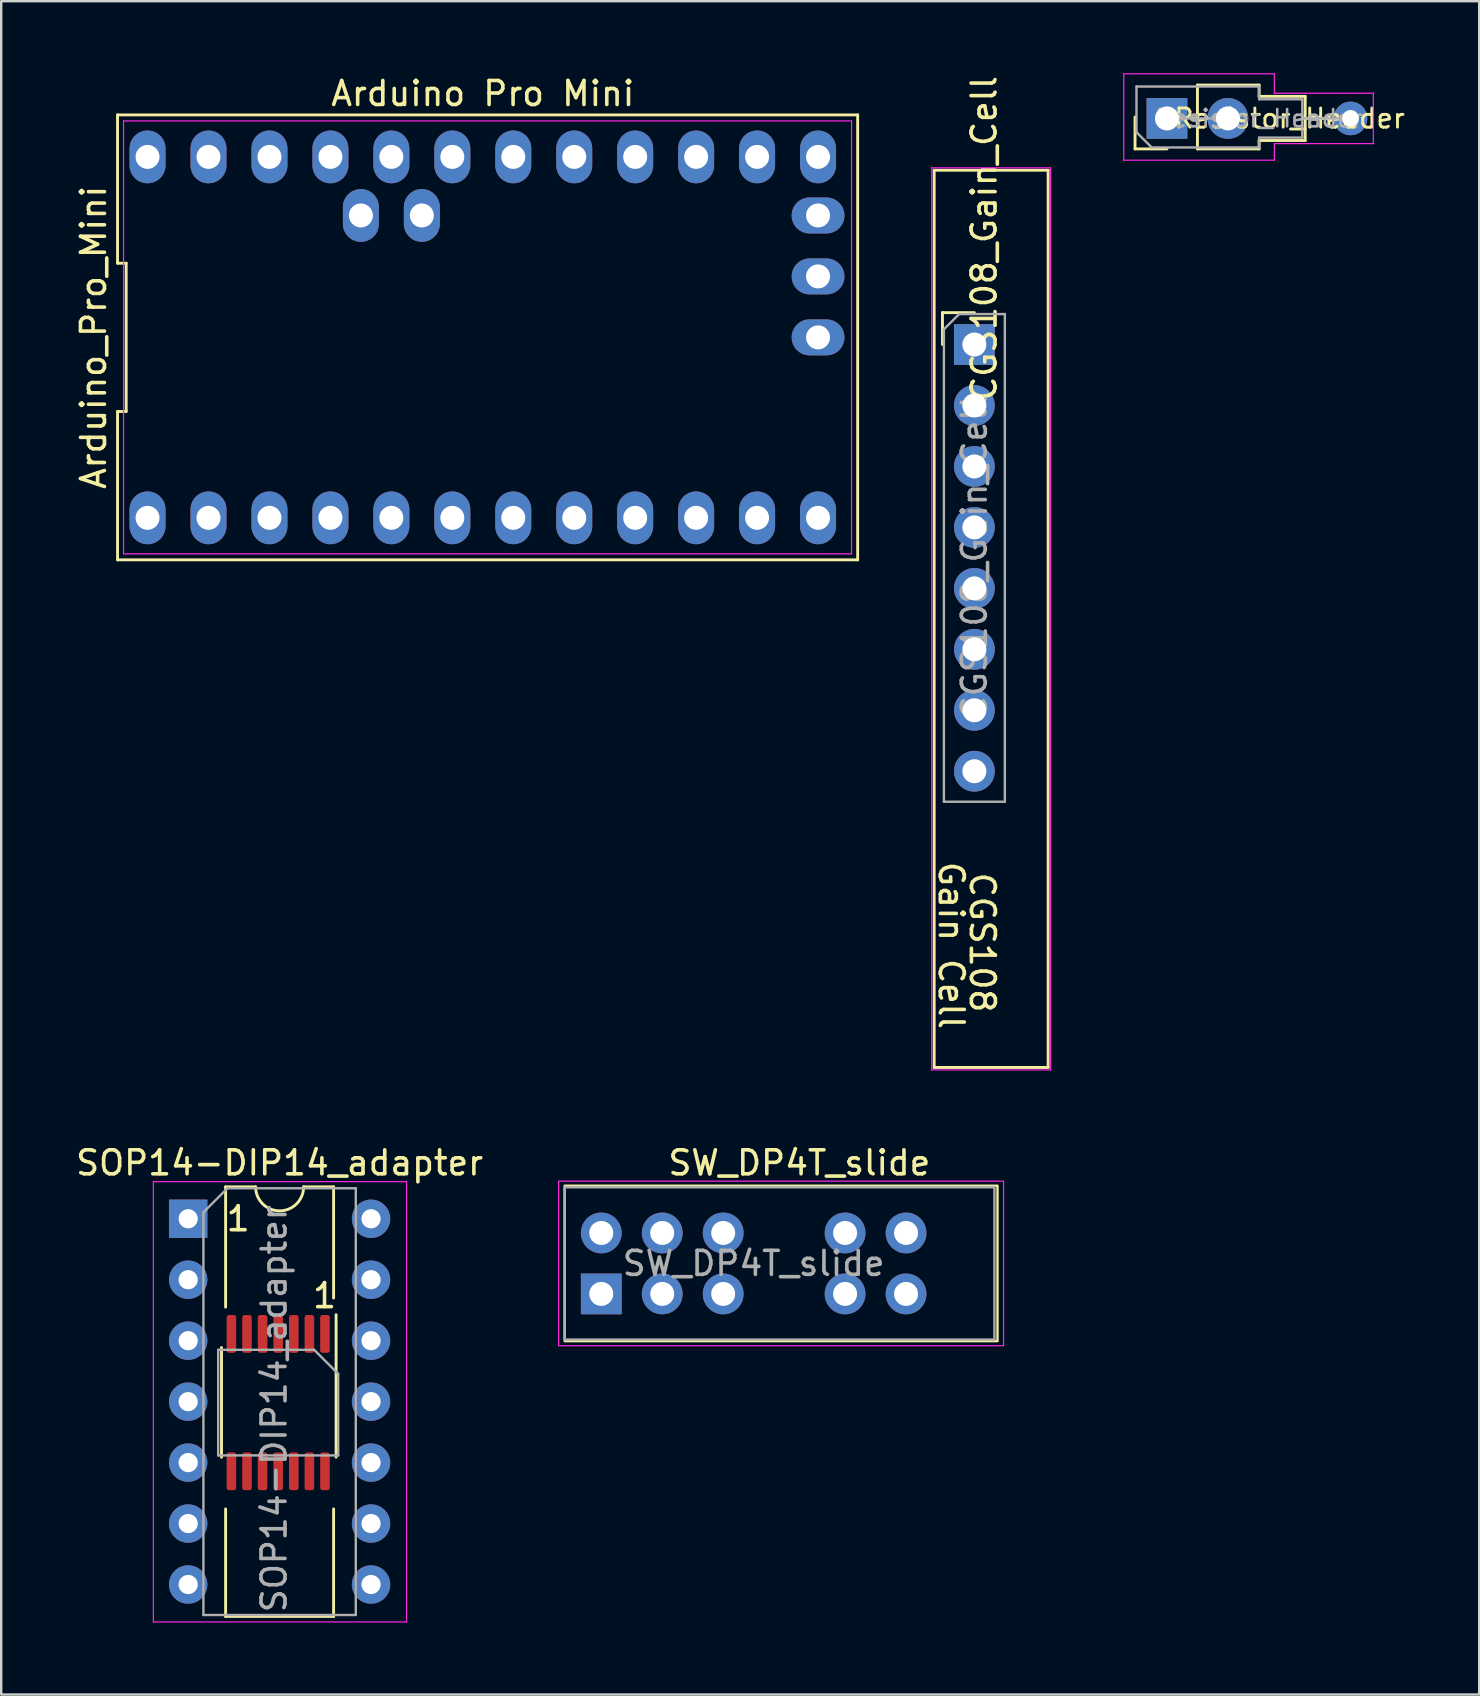
<source format=kicad_pcb>
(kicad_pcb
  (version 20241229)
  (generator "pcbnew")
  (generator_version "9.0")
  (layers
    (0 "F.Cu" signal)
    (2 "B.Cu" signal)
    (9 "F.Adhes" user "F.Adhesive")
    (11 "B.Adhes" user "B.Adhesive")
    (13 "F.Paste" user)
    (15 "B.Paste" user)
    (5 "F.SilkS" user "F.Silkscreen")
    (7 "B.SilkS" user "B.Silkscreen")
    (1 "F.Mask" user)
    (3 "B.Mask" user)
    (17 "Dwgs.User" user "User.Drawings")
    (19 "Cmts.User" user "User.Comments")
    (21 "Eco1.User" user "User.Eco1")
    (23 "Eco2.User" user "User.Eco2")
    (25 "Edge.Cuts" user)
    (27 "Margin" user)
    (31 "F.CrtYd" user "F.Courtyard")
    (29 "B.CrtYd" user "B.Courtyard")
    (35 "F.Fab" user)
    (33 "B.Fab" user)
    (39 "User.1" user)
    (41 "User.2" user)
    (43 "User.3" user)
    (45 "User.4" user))
  (footprint "Resistor_Header"
    (layer "F.Cu")
    (at 45.607 1.885)
    (property "Reference" "Resistor_Header" (at 5.08 0 0) (layer "F.SilkS") (effects (font (size 0.8 0.8) (thickness 0.12))))
    (attr through_hole)
    (fp_line (start -1.36 1.27) (end -1.36 -0.06) (stroke (width 0.12) (type solid)) (layer "F.SilkS"))
    (fp_line (start -0.03 1.27) (end -1.36 1.27) (stroke (width 0.12) (type solid)) (layer "F.SilkS"))
    (fp_line (start 1.24 -1.39) (end 3.81 -1.39) (stroke (width 0.12) (type solid)) (layer "F.SilkS"))
    (fp_line (start 1.24 1.27) (end 1.24 -1.39) (stroke (width 0.12) (type solid)) (layer "F.SilkS"))
    (fp_line (start 1.24 1.27) (end 3.81 1.27) (stroke (width 0.12) (type solid)) (layer "F.SilkS"))
    (fp_line (start 1.245 -0.025) (end 0.991 -0.025) (stroke (width 0.12) (type solid)) (layer "F.SilkS"))
    (fp_line (start 3.81 -0.92) (end 3.81 -1.39) (stroke (width 0.12) (type solid)) (layer "F.SilkS"))
    (fp_line (start 3.81 0.92) (end 5.73 0.92) (stroke (width 0.12) (type solid)) (layer "F.SilkS"))
    (fp_line (start 3.81 1.27) (end 3.81 0.92) (stroke (width 0.12) (type solid)) (layer "F.SilkS"))
    (fp_line (start 5.73 -0.92) (end 3.81 -0.92) (stroke (width 0.12) (type solid)) (layer "F.SilkS"))
    (fp_line (start 5.73 0.92) (end 5.73 -0.92) (stroke (width 0.12) (type solid)) (layer "F.SilkS"))
    (fp_line (start 6.68 0) (end 5.73 0) (stroke (width 0.12) (type solid)) (layer "F.SilkS"))
    (fp_line (start -1.83 -1.86) (end -1.83 1.74) (stroke (width 0.05) (type solid)) (layer "F.CrtYd"))
    (fp_line (start -1.83 1.74) (end 4.445 1.74) (stroke (width 0.05) (type solid)) (layer "F.CrtYd"))
    (fp_line (start 4.445 -1.86) (end -1.83 -1.86) (stroke (width 0.05) (type solid)) (layer "F.CrtYd"))
    (fp_line (start 4.445 -1.05) (end 4.445 -1.86) (stroke (width 0.05) (type solid)) (layer "F.CrtYd"))
    (fp_line (start 4.445 1.05) (end 8.57 1.05) (stroke (width 0.05) (type solid)) (layer "F.CrtYd"))
    (fp_line (start 4.445 1.74) (end 4.445 1.05) (stroke (width 0.05) (type solid)) (layer "F.CrtYd"))
    (fp_line (start 8.57 -1.05) (end 4.445 -1.05) (stroke (width 0.05) (type solid)) (layer "F.CrtYd"))
    (fp_line (start 8.57 1.05) (end 8.57 -1.05) (stroke (width 0.05) (type solid)) (layer "F.CrtYd"))
    (fp_line (start -1.3 -1.33) (end 3.81 -1.33) (stroke (width 0.1) (type solid)) (layer "F.Fab"))
    (fp_line (start -1.3 0.575) (end -1.3 -1.33) (stroke (width 0.1) (type solid)) (layer "F.Fab"))
    (fp_line (start -0.665 1.21) (end -1.3 0.575) (stroke (width 0.1) (type solid)) (layer "F.Fab"))
    (fp_line (start 0 0) (end 2.01 0) (stroke (width 0.1) (type solid)) (layer "F.Fab"))
    (fp_line (start 3.81 -1.33) (end 3.81 -0.8) (stroke (width 0.1) (type solid)) (layer "F.Fab"))
    (fp_line (start 3.81 0.8) (end 3.81 1.21) (stroke (width 0.1) (type solid)) (layer "F.Fab"))
    (fp_line (start 3.81 0.8) (end 5.61 0.8) (stroke (width 0.1) (type solid)) (layer "F.Fab"))
    (fp_line (start 3.81 1.21) (end -0.665 1.21) (stroke (width 0.1) (type solid)) (layer "F.Fab"))
    (fp_line (start 5.61 -0.8) (end 3.81 -0.8) (stroke (width 0.1) (type solid)) (layer "F.Fab"))
    (fp_line (start 5.61 0.8) (end 5.61 -0.8) (stroke (width 0.1) (type solid)) (layer "F.Fab"))
    (fp_line (start 7.62 0) (end 5.61 0) (stroke (width 0.1) (type solid)) (layer "F.Fab"))
    (fp_text user "${REFERENCE}" (at 3.81 0 0) (layer "F.Fab") (effects (font (size 0.72 0.72) (thickness 0.108))))
    (pad "1" thru_hole rect (at -0.03 0 90) (size 1.7 1.7) (drill 1) (layers "*.Cu" "*.Mask"))
    (pad "2" thru_hole oval (at 2.51 0 90) (size 1.7 1.7) (drill 1) (layers "*.Cu" "*.Mask"))
    (pad "2" thru_hole oval (at 7.62 0) (size 1.4 1.4) (drill 0.7) (layers "*.Cu" "*.Mask")))
  (footprint "CGS108_Gain_Cell"
    (layer "F.Cu")
    (at 37.552 11.307)
    (property "Reference" "CGS108_Gain_Cell" (at 0.406 -4.42 90) (layer "F.SilkS") (effects (font (size 1 1) (thickness 0.15))))
    (attr through_hole)
    (fp_line (start -1.676 -7.264) (end -1.676 30.124) (stroke (width 0.12) (type solid)) (layer "F.SilkS"))
    (fp_line (start -1.676 -7.264) (end 3.073 -7.264) (stroke (width 0.12) (type solid)) (layer "F.SilkS"))
    (fp_line (start -1.676 30.124) (end 3.073 30.124) (stroke (width 0.12) (type solid)) (layer "F.SilkS"))
    (fp_line (start -1.33 -1.33) (end 0 -1.33) (stroke (width 0.12) (type solid)) (layer "F.SilkS"))
    (fp_line (start -1.33 0) (end -1.33 -1.33) (stroke (width 0.12) (type solid)) (layer "F.SilkS"))
    (fp_line (start 3.073 -7.264) (end 3.073 30.124) (stroke (width 0.12) (type solid)) (layer "F.SilkS"))
    (fp_line (start -1.778 -7.366) (end -1.778 30.226) (stroke (width 0.05) (type solid)) (layer "F.CrtYd"))
    (fp_line (start -1.778 30.226) (end 3.175 30.226) (stroke (width 0.05) (type solid)) (layer "F.CrtYd"))
    (fp_line (start 3.175 -7.366) (end -1.778 -7.366) (stroke (width 0.05) (type solid)) (layer "F.CrtYd"))
    (fp_line (start 3.175 30.226) (end 3.175 -7.366) (stroke (width 0.05) (type solid)) (layer "F.CrtYd"))
    (fp_line (start -1.27 -0.635) (end -0.635 -1.27) (stroke (width 0.1) (type solid)) (layer "F.Fab"))
    (fp_line (start -1.27 19.05) (end -1.27 -0.635) (stroke (width 0.1) (type solid)) (layer "F.Fab"))
    (fp_line (start -0.635 -1.27) (end 1.27 -1.27) (stroke (width 0.1) (type solid)) (layer "F.Fab"))
    (fp_line (start 1.27 -1.27) (end 1.27 19.05) (stroke (width 0.1) (type solid)) (layer "F.Fab"))
    (fp_line (start 1.27 19.05) (end -1.27 19.05) (stroke (width 0.1) (type solid)) (layer "F.Fab"))
    (fp_text user "CGS108" (at -0.254 24.917 270) (unlocked yes) (layer "F.SilkS") (effects (font (size 1 1) (thickness 0.15)) (justify bottom)))
    (fp_text user "Gain Cell" (at -1.549 21.463 270) (unlocked yes) (layer "F.SilkS") (effects (font (size 1 1) (thickness 0.15)) (justify left bottom)))
    (fp_text user "${REFERENCE}" (at 0 8.89 90) (layer "F.Fab") (effects (font (size 1 1) (thickness 0.15))))
    (pad "1" thru_hole rect (at 0 0) (size 1.7 1.7) (drill 1) (layers "*.Cu" "*.Mask"))
    (pad "2" thru_hole oval (at 0 2.54) (size 1.7 1.7) (drill 1) (layers "*.Cu" "*.Mask"))
    (pad "3" thru_hole oval (at 0 5.08) (size 1.7 1.7) (drill 1) (layers "*.Cu" "*.Mask"))
    (pad "4" thru_hole oval (at 0 7.62) (size 1.7 1.7) (drill 1) (layers "*.Cu" "*.Mask"))
    (pad "5" thru_hole oval (at 0 10.16) (size 1.7 1.7) (drill 1) (layers "*.Cu" "*.Mask"))
    (pad "6" thru_hole oval (at 0 12.7) (size 1.7 1.7) (drill 1) (layers "*.Cu" "*.Mask"))
    (pad "7" thru_hole oval (at 0 15.24) (size 1.7 1.7) (drill 1) (layers "*.Cu" "*.Mask"))
    (pad "8" thru_hole oval (at 0 17.78) (size 1.7 1.7) (drill 1) (layers "*.Cu" "*.Mask")))
  (footprint "SW_DP4T_slide"
    (layer "F.Cu")
    (at 22.005 50.867)
    (property "Reference" "SW_DP4T_slide" (at 8.255 -5.461 0) (layer "F.SilkS") (effects (font (size 1 1) (thickness 0.15))))
    (attr through_hole)
    (fp_rect (start -1.524 -4.508) (end 16.51 1.968) (stroke (width 0.1) (type default)) (fill no) (layer "F.SilkS"))
    (fp_rect (start -1.778 -4.699) (end 16.764 2.159) (stroke (width 0.05) (type default)) (fill no) (layer "F.CrtYd"))
    (fp_rect (start -1.524 -4.445) (end 16.383 1.905) (stroke (width 0.1) (type default)) (fill no) (layer "F.Fab"))
    (fp_text user "${REFERENCE}" (at 6.35 -1.27 180) (layer "F.Fab") (effects (font (size 1 1) (thickness 0.15))))
    (pad "1" thru_hole rect (at 0 0 90) (size 1.7 1.7) (drill 1) (layers "*.Cu" "*.Mask"))
    (pad "2" thru_hole oval (at 2.54 0 90) (size 1.7 1.7) (drill 1) (layers "*.Cu" "*.Mask"))
    (pad "3" thru_hole oval (at 10.16 0 90) (size 1.7 1.7) (drill 1) (layers "*.Cu" "*.Mask"))
    (pad "4" thru_hole oval (at 12.7 0 90) (size 1.7 1.7) (drill 1) (layers "*.Cu" "*.Mask"))
    (pad "5" thru_hole oval (at 5.08 0 90) (size 1.7 1.7) (drill 1) (layers "*.Cu" "*.Mask"))
    (pad "6" thru_hole oval (at 0 -2.54 90) (size 1.7 1.7) (drill 1) (layers "*.Cu" "*.Mask"))
    (pad "7" thru_hole oval (at 2.54 -2.54 90) (size 1.7 1.7) (drill 1) (layers "*.Cu" "*.Mask"))
    (pad "8" thru_hole oval (at 10.16 -2.54 90) (size 1.7 1.7) (drill 1) (layers "*.Cu" "*.Mask"))
    (pad "9" thru_hole oval (at 12.7 -2.54 90) (size 1.7 1.7) (drill 1) (layers "*.Cu" "*.Mask"))
    (pad "10" thru_hole oval (at 5.08 -2.54 90) (size 1.7 1.7) (drill 1) (layers "*.Cu" "*.Mask")))
  (footprint "Arduino_Pro_Mini"
    (layer "F.Cu")
    (at 17.068 11.008)
    (property "Reference" "Arduino_Pro_Mini" (at -16.22 0 90) (layer "F.SilkS") (effects (font (size 1 1) (thickness 0.15))))
    (attr through_hole)
    (fp_line (start -15.22 -9.27) (end -15.22 -3.09) (stroke (width 0.12) (type solid)) (layer "F.SilkS"))
    (fp_line (start -15.22 -3.09) (end -14.86 -3.09) (stroke (width 0.12) (type solid)) (layer "F.SilkS"))
    (fp_line (start -15.22 3.09) (end -15.22 9.27) (stroke (width 0.12) (type solid)) (layer "F.SilkS"))
    (fp_line (start -15.22 9.27) (end 15.621 9.271) (stroke (width 0.12) (type solid)) (layer "F.SilkS"))
    (fp_line (start -14.86 -3.09) (end -14.86 3.09) (stroke (width 0.12) (type solid)) (layer "F.SilkS"))
    (fp_line (start -14.86 3.09) (end -15.22 3.09) (stroke (width 0.12) (type default)) (layer "F.SilkS"))
    (fp_line (start 15.621 -9.271) (end -15.22 -9.27) (stroke (width 0.12) (type solid)) (layer "F.SilkS"))
    (fp_line (start 15.621 9.269) (end 15.621 -9.271) (stroke (width 0.12) (type solid)) (layer "F.SilkS"))
    (fp_line (start -14.97 -9.02) (end 15.367 -9.02) (stroke (width 0.05) (type solid)) (layer "F.CrtYd"))
    (fp_line (start -14.97 9.02) (end -14.97 -9.02) (stroke (width 0.05) (type solid)) (layer "F.CrtYd"))
    (fp_line (start 15.367 -9.02) (end 15.367 9.02) (stroke (width 0.05) (type solid)) (layer "F.CrtYd"))
    (fp_line (start 15.367 9.02) (end -14.97 9.02) (stroke (width 0.05) (type solid)) (layer "F.CrtYd"))
    (fp_text user "Arduino Pro Mini" (at 0 -10.16 0) (layer "F.SilkS") (effects (font (size 1 1) (thickness 0.15))))
    (pad "1" thru_hole oval (at -13.97 7.52) (size 1.5 2.2) (drill 1) (layers "*.Cu" "*.Mask"))
    (pad "2" thru_hole oval (at -11.43 7.52) (size 1.5 2.2) (drill 1) (layers "*.Cu" "*.Mask"))
    (pad "3" thru_hole oval (at -8.89 7.52) (size 1.5 2.2) (drill 1) (layers "*.Cu" "*.Mask"))
    (pad "4" thru_hole oval (at -6.35 7.52) (size 1.5 2.2) (drill 1) (layers "*.Cu" "*.Mask"))
    (pad "5" thru_hole oval (at -3.81 7.52) (size 1.5 2.2) (drill 1) (layers "*.Cu" "*.Mask"))
    (pad "6" thru_hole oval (at -1.27 7.52) (size 1.5 2.2) (drill 1) (layers "*.Cu" "*.Mask"))
    (pad "7" thru_hole oval (at 1.27 7.52) (size 1.5 2.2) (drill 1) (layers "*.Cu" "*.Mask"))
    (pad "8" thru_hole oval (at 3.81 7.52) (size 1.5 2.2) (drill 1) (layers "*.Cu" "*.Mask"))
    (pad "9" thru_hole oval (at 6.35 7.52) (size 1.5 2.2) (drill 1) (layers "*.Cu" "*.Mask"))
    (pad "10" thru_hole oval (at 8.89 7.52) (size 1.5 2.2) (drill 1) (layers "*.Cu" "*.Mask"))
    (pad "11" thru_hole oval (at 11.43 7.52) (size 1.5 2.2) (drill 1) (layers "*.Cu" "*.Mask"))
    (pad "12" thru_hole oval (at 13.97 7.52) (size 1.5 2.2) (drill 1) (layers "*.Cu" "*.Mask"))
    (pad "13" thru_hole oval (at 13.97 -7.52) (size 1.5 2.2) (drill 1) (layers "*.Cu" "*.Mask"))
    (pad "14" thru_hole oval (at 11.43 -7.52) (size 1.5 2.2) (drill 1) (layers "*.Cu" "*.Mask"))
    (pad "15" thru_hole oval (at 8.89 -7.52) (size 1.5 2.2) (drill 1) (layers "*.Cu" "*.Mask"))
    (pad "16" thru_hole oval (at 6.35 -7.52) (size 1.5 2.2) (drill 1) (layers "*.Cu" "*.Mask"))
    (pad "17" thru_hole oval (at 3.81 -7.52) (size 1.5 2.2) (drill 1) (layers "*.Cu" "*.Mask"))
    (pad "18" thru_hole oval (at 1.27 -7.52) (size 1.5 2.2) (drill 1) (layers "*.Cu" "*.Mask"))
    (pad "19" thru_hole oval (at -1.27 -7.52) (size 1.5 2.2) (drill 1) (layers "*.Cu" "*.Mask"))
    (pad "20" thru_hole oval (at -3.81 -7.52) (size 1.5 2.2) (drill 1) (layers "*.Cu" "*.Mask"))
    (pad "21" thru_hole oval (at -6.35 -7.52) (size 1.5 2.2) (drill 1) (layers "*.Cu" "*.Mask"))
    (pad "22" thru_hole oval (at -8.89 -7.52) (size 1.5 2.2) (drill 1) (layers "*.Cu" "*.Mask"))
    (pad "23" thru_hole oval (at -11.43 -7.52) (size 1.5 2.2) (drill 1) (layers "*.Cu" "*.Mask"))
    (pad "24" thru_hole oval (at -13.97 -7.52) (size 1.5 2.2) (drill 1) (layers "*.Cu" "*.Mask"))
    (pad "25" thru_hole oval (at -5.08 -5.08 180) (size 1.5 2.2) (drill 1) (layers "*.Cu" "*.Mask"))
    (pad "26" thru_hole oval (at -2.54 -5.08 180) (size 1.5 2.2) (drill 1) (layers "*.Cu" "*.Mask"))
    (pad "27" thru_hole oval (at 13.97 -5.08 90) (size 1.5 2.2) (drill 1) (layers "*.Cu" "*.Mask"))
    (pad "28" thru_hole oval (at 13.97 -2.54 90) (size 1.5 2.2) (drill 1) (layers "*.Cu" "*.Mask"))
    (pad "29" thru_hole oval (at 13.97 0 90) (size 1.5 2.2) (drill 1) (layers "*.Cu" "*.Mask")))
  (footprint "SOP14-DIP14_adapter"
    (layer "F.Cu")
    (at 4.791 47.736)
    (property "Reference" "SOP14-DIP14_adapter" (at 3.81 -2.33 0) (layer "F.SilkS") (effects (font (size 1 1) (thickness 0.15))))
    (attr through_hole)
    (fp_line (start 1.389 5.365) (end 1.389 9.937) (stroke (width 0.12) (type solid)) (layer "F.SilkS"))
    (fp_line (start 1.56 -1.33) (end 1.56 3.683) (stroke (width 0.12) (type solid)) (layer "F.SilkS"))
    (fp_line (start 1.56 12.09) (end 1.56 16.57) (stroke (width 0.12) (type solid)) (layer "F.SilkS"))
    (fp_line (start 1.56 16.57) (end 6.06 16.57) (stroke (width 0.12) (type solid)) (layer "F.SilkS"))
    (fp_line (start 2.81 -1.33) (end 1.56 -1.33) (stroke (width 0.12) (type solid)) (layer "F.SilkS"))
    (fp_line (start 6.06 -1.33) (end 4.81 -1.33) (stroke (width 0.12) (type solid)) (layer "F.SilkS"))
    (fp_line (start 6.06 3.302) (end 6.06 -1.33) (stroke (width 0.12) (type solid)) (layer "F.SilkS"))
    (fp_line (start 6.06 16.57) (end 6.06 12.09) (stroke (width 0.12) (type solid)) (layer "F.SilkS"))
    (fp_line (start 6.164 9.933) (end 6.164 3.997) (stroke (width 0.12) (type solid)) (layer "F.SilkS"))
    (fp_arc (start 4.81 -1.33) (mid 3.81 -0.33) (end 2.81 -1.33) (stroke (width 0.12) (type solid)) (layer "F.SilkS"))
    (fp_line (start -1.45 -1.55) (end -1.45 16.8) (stroke (width 0.05) (type solid)) (layer "F.CrtYd"))
    (fp_line (start -1.45 16.8) (end 9.1 16.8) (stroke (width 0.05) (type solid)) (layer "F.CrtYd"))
    (fp_line (start 9.1 -1.55) (end -1.45 -1.55) (stroke (width 0.05) (type solid)) (layer "F.CrtYd"))
    (fp_line (start 9.1 16.8) (end 9.1 -1.55) (stroke (width 0.05) (type solid)) (layer "F.CrtYd"))
    (fp_line (start 0.635 -0.27) (end 1.635 -1.27) (stroke (width 0.1) (type solid)) (layer "F.Fab"))
    (fp_line (start 0.635 16.51) (end 0.635 -0.27) (stroke (width 0.1) (type solid)) (layer "F.Fab"))
    (fp_line (start 1.251 5.461) (end 5.251 5.461) (stroke (width 0.1) (type solid)) (layer "F.Fab"))
    (fp_line (start 1.251 9.861) (end 1.251 5.461) (stroke (width 0.1) (type solid)) (layer "F.Fab"))
    (fp_line (start 1.635 -1.27) (end 6.985 -1.27) (stroke (width 0.1) (type solid)) (layer "F.Fab"))
    (fp_line (start 5.251 5.461) (end 6.251 6.461) (stroke (width 0.1) (type solid)) (layer "F.Fab"))
    (fp_line (start 6.251 6.461) (end 6.251 9.861) (stroke (width 0.1) (type solid)) (layer "F.Fab"))
    (fp_line (start 6.251 9.861) (end 1.251 9.861) (stroke (width 0.1) (type solid)) (layer "F.Fab"))
    (fp_line (start 6.985 -1.27) (end 6.985 16.51) (stroke (width 0.1) (type solid)) (layer "F.Fab"))
    (fp_line (start 6.985 16.51) (end 0.635 16.51) (stroke (width 0.1) (type solid)) (layer "F.Fab"))
    (fp_text user "1" (at 5.682 3.206 180) (layer "F.SilkS") (effects (font (size 1 1) (thickness 0.15))))
    (fp_text user "1" (at 2.083 0 180) (layer "F.SilkS") (effects (font (size 1 1) (thickness 0.15))))
    (fp_text user "${REFERENCE}" (at 3.58 7.915 270) (layer "F.Fab") (effects (font (size 1 1) (thickness 0.15))))
    (pad "1" thru_hole rect (at 0 0) (size 1.6 1.6) (drill 0.8) (layers "*.Cu" "*.Mask"))
    (pad "1" smd roundrect (at 5.701 4.798 270) (size 1.575 0.4) (layers "F.Cu" "F.Mask" "F.Paste") (roundrect_rratio 0.25))
    (pad "2" thru_hole oval (at 0 2.54) (size 1.6 1.6) (drill 0.8) (layers "*.Cu" "*.Mask"))
    (pad "2" smd roundrect (at 5.051 4.798 270) (size 1.575 0.4) (layers "F.Cu" "F.Mask" "F.Paste") (roundrect_rratio 0.25))
    (pad "3" thru_hole oval (at 0 5.08) (size 1.6 1.6) (drill 0.8) (layers "*.Cu" "*.Mask"))
    (pad "3" smd roundrect (at 4.401 4.798 270) (size 1.575 0.4) (layers "F.Cu" "F.Mask" "F.Paste") (roundrect_rratio 0.25))
    (pad "4" thru_hole oval (at 0 7.62) (size 1.6 1.6) (drill 0.8) (layers "*.Cu" "*.Mask"))
    (pad "4" smd roundrect (at 3.751 4.798 270) (size 1.575 0.4) (layers "F.Cu" "F.Mask" "F.Paste") (roundrect_rratio 0.25))
    (pad "5" thru_hole oval (at 0 10.16) (size 1.6 1.6) (drill 0.8) (layers "*.Cu" "*.Mask"))
    (pad "5" smd roundrect (at 3.101 4.798 270) (size 1.575 0.4) (layers "F.Cu" "F.Mask" "F.Paste") (roundrect_rratio 0.25))
    (pad "6" thru_hole oval (at 0 12.7) (size 1.6 1.6) (drill 0.8) (layers "*.Cu" "*.Mask"))
    (pad "6" smd roundrect (at 2.451 4.798 270) (size 1.575 0.4) (layers "F.Cu" "F.Mask" "F.Paste") (roundrect_rratio 0.25))
    (pad "7" thru_hole oval (at 0 15.24) (size 1.6 1.6) (drill 0.8) (layers "*.Cu" "*.Mask"))
    (pad "7" smd roundrect (at 1.801 4.798 270) (size 1.575 0.4) (layers "F.Cu" "F.Mask" "F.Paste") (roundrect_rratio 0.25))
    (pad "8" smd roundrect (at 1.801 10.524 270) (size 1.575 0.4) (layers "F.Cu" "F.Mask" "F.Paste") (roundrect_rratio 0.25))
    (pad "8" thru_hole oval (at 7.62 15.24) (size 1.6 1.6) (drill 0.8) (layers "*.Cu" "*.Mask"))
    (pad "9" smd roundrect (at 2.451 10.524 270) (size 1.575 0.4) (layers "F.Cu" "F.Mask" "F.Paste") (roundrect_rratio 0.25))
    (pad "9" thru_hole oval (at 7.62 12.7) (size 1.6 1.6) (drill 0.8) (layers "*.Cu" "*.Mask"))
    (pad "10" smd roundrect (at 3.101 10.524 270) (size 1.575 0.4) (layers "F.Cu" "F.Mask" "F.Paste") (roundrect_rratio 0.25))
    (pad "10" thru_hole oval (at 7.62 10.16) (size 1.6 1.6) (drill 0.8) (layers "*.Cu" "*.Mask"))
    (pad "11" smd roundrect (at 3.751 10.524 270) (size 1.575 0.4) (layers "F.Cu" "F.Mask" "F.Paste") (roundrect_rratio 0.25))
    (pad "11" thru_hole oval (at 7.62 7.62) (size 1.6 1.6) (drill 0.8) (layers "*.Cu" "*.Mask"))
    (pad "12" smd roundrect (at 4.401 10.524 270) (size 1.575 0.4) (layers "F.Cu" "F.Mask" "F.Paste") (roundrect_rratio 0.25))
    (pad "12" thru_hole oval (at 7.62 5.08) (size 1.6 1.6) (drill 0.8) (layers "*.Cu" "*.Mask"))
    (pad "13" smd roundrect (at 5.051 10.524 270) (size 1.575 0.4) (layers "F.Cu" "F.Mask" "F.Paste") (roundrect_rratio 0.25))
    (pad "13" thru_hole oval (at 7.62 2.54) (size 1.6 1.6) (drill 0.8) (layers "*.Cu" "*.Mask"))
    (pad "14" smd roundrect (at 5.701 10.524 270) (size 1.575 0.4) (layers "F.Cu" "F.Mask" "F.Paste") (roundrect_rratio 0.25))
    (pad "14" thru_hole oval (at 7.62 0) (size 1.6 1.6) (drill 0.8) (layers "*.Cu" "*.Mask")))
  (gr_rect
    (start -3 -3)
    (end 58.587 67.561)
    (stroke (width 0.1) (type default))
    (fill no)
    (layer "Edge.Cuts")))
</source>
